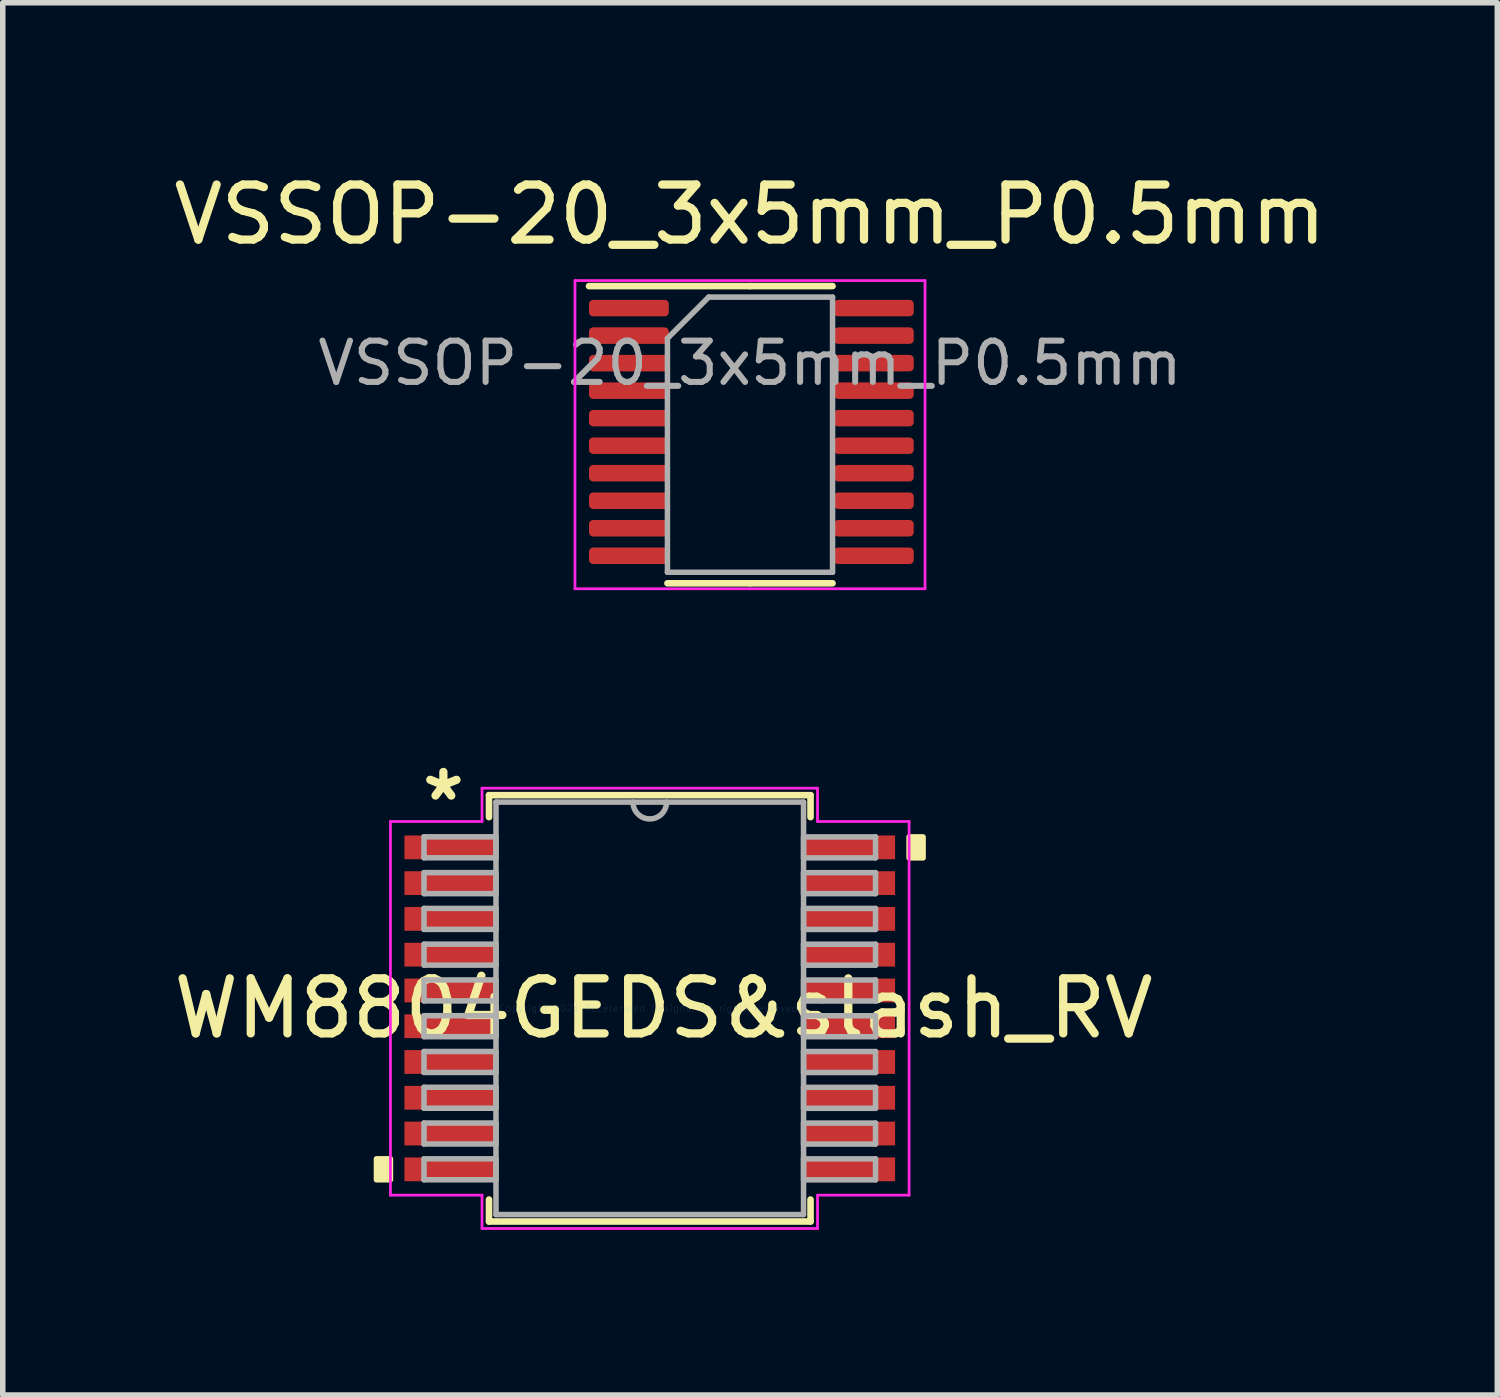
<source format=kicad_pcb>
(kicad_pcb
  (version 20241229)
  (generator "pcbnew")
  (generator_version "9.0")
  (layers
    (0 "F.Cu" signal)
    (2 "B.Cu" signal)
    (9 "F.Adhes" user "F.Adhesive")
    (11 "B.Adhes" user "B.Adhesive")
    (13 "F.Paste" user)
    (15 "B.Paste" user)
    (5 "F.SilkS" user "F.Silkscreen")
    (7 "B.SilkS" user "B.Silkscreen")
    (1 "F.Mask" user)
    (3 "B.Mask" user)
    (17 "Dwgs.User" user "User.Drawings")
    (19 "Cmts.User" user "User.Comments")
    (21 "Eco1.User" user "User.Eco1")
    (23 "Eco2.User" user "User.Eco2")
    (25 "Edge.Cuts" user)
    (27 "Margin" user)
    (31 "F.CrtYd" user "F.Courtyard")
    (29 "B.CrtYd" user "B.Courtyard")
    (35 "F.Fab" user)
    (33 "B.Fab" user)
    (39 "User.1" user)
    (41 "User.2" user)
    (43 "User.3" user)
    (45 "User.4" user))
  (footprint "VSSOP-20_3x5mm_P0.5mm"
    (layer "F.Cu")
    (at 10.577 3.548)
    (property "Reference" "VSSOP-20_3x5mm_P0.5mm" (at 0 -2.7 0) (layer "F.SilkS") (effects (font (size 1 1) (thickness 0.15))))
    (attr smd)
    (fp_line (start 0 -1.4) (end -2.925 -1.4) (stroke (width 0.12) (type solid)) (layer "F.SilkS"))
    (fp_line (start 0 -1.4) (end 1.5 -1.4) (stroke (width 0.12) (type solid)) (layer "F.SilkS"))
    (fp_line (start 0 4) (end -1.5 4) (stroke (width 0.12) (type solid)) (layer "F.SilkS"))
    (fp_line (start 0 4) (end 1.5 4) (stroke (width 0.12) (type solid)) (layer "F.SilkS"))
    (fp_line (start -3.18 -1.5) (end -3.18 4.1) (stroke (width 0.05) (type solid)) (layer "F.CrtYd"))
    (fp_line (start -3.18 4.1) (end 3.18 4.1) (stroke (width 0.05) (type solid)) (layer "F.CrtYd"))
    (fp_line (start 3.18 -1.5) (end -3.18 -1.5) (stroke (width 0.05) (type solid)) (layer "F.CrtYd"))
    (fp_line (start 3.18 4.1) (end 3.18 -1.5) (stroke (width 0.05) (type solid)) (layer "F.CrtYd"))
    (fp_line (start -1.5 -0.45) (end -0.75 -1.2) (stroke (width 0.1) (type solid)) (layer "F.Fab"))
    (fp_line (start -1.5 3.8) (end -1.5 -0.45) (stroke (width 0.1) (type solid)) (layer "F.Fab"))
    (fp_line (start -0.75 -1.2) (end 1.5 -1.2) (stroke (width 0.1) (type solid)) (layer "F.Fab"))
    (fp_line (start 1.5 -1.2) (end 1.5 3.8) (stroke (width 0.1) (type solid)) (layer "F.Fab"))
    (fp_line (start 1.5 3.8) (end -1.5 3.8) (stroke (width 0.1) (type solid)) (layer "F.Fab"))
    (fp_text user "${REFERENCE}" (at 0 0 0) (layer "F.Fab") (effects (font (size 0.75 0.75) (thickness 0.11))))
    (pad "1" smd roundrect (at -2.2 -1) (size 1.45 0.3) (layers "F.Cu" "F.Mask" "F.Paste") (roundrect_rratio 0.25))
    (pad "2" smd roundrect (at -2.2 -0.5) (size 1.45 0.3) (layers "F.Cu" "F.Mask" "F.Paste") (roundrect_rratio 0.25))
    (pad "3" smd roundrect (at -2.2 0) (size 1.45 0.3) (layers "F.Cu" "F.Mask" "F.Paste") (roundrect_rratio 0.25))
    (pad "4" smd roundrect (at -2.2 0.5) (size 1.45 0.3) (layers "F.Cu" "F.Mask" "F.Paste") (roundrect_rratio 0.25))
    (pad "5" smd roundrect (at -2.2 1) (size 1.45 0.3) (layers "F.Cu" "F.Mask" "F.Paste") (roundrect_rratio 0.25))
    (pad "6" smd roundrect (at -2.2 1.5) (size 1.45 0.3) (layers "F.Cu" "F.Mask" "F.Paste") (roundrect_rratio 0.25))
    (pad "7" smd roundrect (at -2.2 2) (size 1.45 0.3) (layers "F.Cu" "F.Mask" "F.Paste") (roundrect_rratio 0.25))
    (pad "8" smd roundrect (at -2.2 2.5) (size 1.45 0.3) (layers "F.Cu" "F.Mask" "F.Paste") (roundrect_rratio 0.25))
    (pad "9" smd roundrect (at -2.2 3) (size 1.45 0.3) (layers "F.Cu" "F.Mask" "F.Paste") (roundrect_rratio 0.25))
    (pad "10" smd roundrect (at -2.2 3.5) (size 1.45 0.3) (layers "F.Cu" "F.Mask" "F.Paste") (roundrect_rratio 0.25))
    (pad "11" smd roundrect (at 2.25 3.5) (size 1.45 0.3) (layers "F.Cu" "F.Mask" "F.Paste") (roundrect_rratio 0.25))
    (pad "12" smd roundrect (at 2.25 3) (size 1.45 0.3) (layers "F.Cu" "F.Mask" "F.Paste") (roundrect_rratio 0.25))
    (pad "13" smd roundrect (at 2.25 2.5) (size 1.45 0.3) (layers "F.Cu" "F.Mask" "F.Paste") (roundrect_rratio 0.25))
    (pad "14" smd roundrect (at 2.25 2) (size 1.45 0.3) (layers "F.Cu" "F.Mask" "F.Paste") (roundrect_rratio 0.25))
    (pad "15" smd roundrect (at 2.25 1.5) (size 1.45 0.3) (layers "F.Cu" "F.Mask" "F.Paste") (roundrect_rratio 0.25))
    (pad "16" smd roundrect (at 2.25 1) (size 1.45 0.3) (layers "F.Cu" "F.Mask" "F.Paste") (roundrect_rratio 0.25))
    (pad "17" smd roundrect (at 2.25 0.5) (size 1.45 0.3) (layers "F.Cu" "F.Mask" "F.Paste") (roundrect_rratio 0.25))
    (pad "18" smd roundrect (at 2.25 0) (size 1.45 0.3) (layers "F.Cu" "F.Mask" "F.Paste") (roundrect_rratio 0.25))
    (pad "19" smd roundrect (at 2.25 -0.5) (size 1.45 0.3) (layers "F.Cu" "F.Mask" "F.Paste") (roundrect_rratio 0.25))
    (pad "20" smd roundrect (at 2.25 -1) (size 1.45 0.3) (layers "F.Cu" "F.Mask" "F.Paste") (roundrect_rratio 0.25)))
  (footprint "WM8804GEDS&slash_RV"
    (layer "F.Cu")
    (at 8.756 15.271)
    (property "Reference" "WM8804GEDS&slash_RV" (at 0.25 0 0) (layer "F.SilkS") (effects (font (size 1 1) (thickness 0.15))))
    (attr through_hole)
    (fp_line (start -2.921 -3.873) (end -2.921 -3.474) (stroke (width 0.12) (type solid)) (layer "F.SilkS"))
    (fp_line (start -2.921 3.474) (end -2.921 3.873) (stroke (width 0.12) (type solid)) (layer "F.SilkS"))
    (fp_line (start -2.921 3.873) (end 2.921 3.873) (stroke (width 0.12) (type solid)) (layer "F.SilkS"))
    (fp_line (start 2.921 -3.873) (end -2.921 -3.873) (stroke (width 0.12) (type solid)) (layer "F.SilkS"))
    (fp_line (start 2.921 -3.474) (end 2.921 -3.873) (stroke (width 0.12) (type solid)) (layer "F.SilkS"))
    (fp_line (start 2.921 3.873) (end 2.921 3.474) (stroke (width 0.12) (type solid)) (layer "F.SilkS"))
    (fp_poly (pts (xy -4.966 2.734) (xy -4.966 3.115) (xy -4.712 3.115) (xy -4.712 2.734)) (stroke (width 0.1) (type solid)) (fill yes) (layer "F.SilkS"))
    (fp_poly (pts (xy 4.966 -3.115) (xy 4.966 -2.734) (xy 4.712 -2.734) (xy 4.712 -3.115)) (stroke (width 0.1) (type solid)) (fill yes) (layer "F.SilkS"))
    (fp_line (start -4.712 -3.395) (end -3.048 -3.395) (stroke (width 0.05) (type solid)) (layer "F.CrtYd"))
    (fp_line (start -4.712 3.395) (end -4.712 -3.395) (stroke (width 0.05) (type solid)) (layer "F.CrtYd"))
    (fp_line (start -4.712 3.395) (end -3.048 3.395) (stroke (width 0.05) (type solid)) (layer "F.CrtYd"))
    (fp_line (start -3.048 -4) (end 3.048 -4) (stroke (width 0.05) (type solid)) (layer "F.CrtYd"))
    (fp_line (start -3.048 -3.395) (end -3.048 -4) (stroke (width 0.05) (type solid)) (layer "F.CrtYd"))
    (fp_line (start -3.048 4) (end -3.048 3.395) (stroke (width 0.05) (type solid)) (layer "F.CrtYd"))
    (fp_line (start 3.048 -4) (end 3.048 -3.395) (stroke (width 0.05) (type solid)) (layer "F.CrtYd"))
    (fp_line (start 3.048 -3.395) (end 4.712 -3.395) (stroke (width 0.05) (type solid)) (layer "F.CrtYd"))
    (fp_line (start 3.048 3.395) (end 3.048 4) (stroke (width 0.05) (type solid)) (layer "F.CrtYd"))
    (fp_line (start 3.048 4) (end -3.048 4) (stroke (width 0.05) (type solid)) (layer "F.CrtYd"))
    (fp_line (start 4.712 -3.395) (end 4.712 3.395) (stroke (width 0.05) (type solid)) (layer "F.CrtYd"))
    (fp_line (start 4.712 3.395) (end 3.048 3.395) (stroke (width 0.05) (type solid)) (layer "F.CrtYd"))
    (fp_line (start -4.102 -3.116) (end -4.102 -2.735) (stroke (width 0.1) (type solid)) (layer "F.Fab"))
    (fp_line (start -4.102 -2.735) (end -2.794 -2.735) (stroke (width 0.1) (type solid)) (layer "F.Fab"))
    (fp_line (start -4.102 -2.466) (end -4.102 -2.084) (stroke (width 0.1) (type solid)) (layer "F.Fab"))
    (fp_line (start -4.102 -2.084) (end -2.794 -2.084) (stroke (width 0.1) (type solid)) (layer "F.Fab"))
    (fp_line (start -4.102 -1.816) (end -4.102 -1.435) (stroke (width 0.1) (type solid)) (layer "F.Fab"))
    (fp_line (start -4.102 -1.435) (end -2.794 -1.435) (stroke (width 0.1) (type solid)) (layer "F.Fab"))
    (fp_line (start -4.102 -1.166) (end -4.102 -0.785) (stroke (width 0.1) (type solid)) (layer "F.Fab"))
    (fp_line (start -4.102 -0.785) (end -2.794 -0.785) (stroke (width 0.1) (type solid)) (layer "F.Fab"))
    (fp_line (start -4.102 -0.516) (end -4.102 -0.135) (stroke (width 0.1) (type solid)) (layer "F.Fab"))
    (fp_line (start -4.102 -0.135) (end -2.794 -0.135) (stroke (width 0.1) (type solid)) (layer "F.Fab"))
    (fp_line (start -4.102 0.134) (end -4.102 0.515) (stroke (width 0.1) (type solid)) (layer "F.Fab"))
    (fp_line (start -4.102 0.515) (end -2.794 0.515) (stroke (width 0.1) (type solid)) (layer "F.Fab"))
    (fp_line (start -4.102 0.784) (end -4.102 1.165) (stroke (width 0.1) (type solid)) (layer "F.Fab"))
    (fp_line (start -4.102 1.165) (end -2.794 1.165) (stroke (width 0.1) (type solid)) (layer "F.Fab"))
    (fp_line (start -4.102 1.434) (end -4.102 1.815) (stroke (width 0.1) (type solid)) (layer "F.Fab"))
    (fp_line (start -4.102 1.815) (end -2.794 1.815) (stroke (width 0.1) (type solid)) (layer "F.Fab"))
    (fp_line (start -4.102 2.084) (end -4.102 2.465) (stroke (width 0.1) (type solid)) (layer "F.Fab"))
    (fp_line (start -4.102 2.465) (end -2.794 2.465) (stroke (width 0.1) (type solid)) (layer "F.Fab"))
    (fp_line (start -4.102 2.734) (end -4.102 3.115) (stroke (width 0.1) (type solid)) (layer "F.Fab"))
    (fp_line (start -4.102 3.115) (end -2.794 3.115) (stroke (width 0.1) (type solid)) (layer "F.Fab"))
    (fp_line (start -2.794 -3.747) (end -2.794 3.747) (stroke (width 0.1) (type solid)) (layer "F.Fab"))
    (fp_line (start -2.794 -3.116) (end -4.102 -3.116) (stroke (width 0.1) (type solid)) (layer "F.Fab"))
    (fp_line (start -2.794 -2.735) (end -2.794 -3.116) (stroke (width 0.1) (type solid)) (layer "F.Fab"))
    (fp_line (start -2.794 -2.466) (end -4.102 -2.466) (stroke (width 0.1) (type solid)) (layer "F.Fab"))
    (fp_line (start -2.794 -2.084) (end -2.794 -2.466) (stroke (width 0.1) (type solid)) (layer "F.Fab"))
    (fp_line (start -2.794 -1.816) (end -4.102 -1.816) (stroke (width 0.1) (type solid)) (layer "F.Fab"))
    (fp_line (start -2.794 -1.435) (end -2.794 -1.816) (stroke (width 0.1) (type solid)) (layer "F.Fab"))
    (fp_line (start -2.794 -1.166) (end -4.102 -1.166) (stroke (width 0.1) (type solid)) (layer "F.Fab"))
    (fp_line (start -2.794 -0.785) (end -2.794 -1.166) (stroke (width 0.1) (type solid)) (layer "F.Fab"))
    (fp_line (start -2.794 -0.516) (end -4.102 -0.516) (stroke (width 0.1) (type solid)) (layer "F.Fab"))
    (fp_line (start -2.794 -0.135) (end -2.794 -0.516) (stroke (width 0.1) (type solid)) (layer "F.Fab"))
    (fp_line (start -2.794 0.134) (end -4.102 0.134) (stroke (width 0.1) (type solid)) (layer "F.Fab"))
    (fp_line (start -2.794 0.515) (end -2.794 0.134) (stroke (width 0.1) (type solid)) (layer "F.Fab"))
    (fp_line (start -2.794 0.784) (end -4.102 0.784) (stroke (width 0.1) (type solid)) (layer "F.Fab"))
    (fp_line (start -2.794 1.165) (end -2.794 0.784) (stroke (width 0.1) (type solid)) (layer "F.Fab"))
    (fp_line (start -2.794 1.434) (end -4.102 1.434) (stroke (width 0.1) (type solid)) (layer "F.Fab"))
    (fp_line (start -2.794 1.815) (end -2.794 1.434) (stroke (width 0.1) (type solid)) (layer "F.Fab"))
    (fp_line (start -2.794 2.084) (end -4.102 2.084) (stroke (width 0.1) (type solid)) (layer "F.Fab"))
    (fp_line (start -2.794 2.465) (end -2.794 2.084) (stroke (width 0.1) (type solid)) (layer "F.Fab"))
    (fp_line (start -2.794 2.734) (end -4.102 2.734) (stroke (width 0.1) (type solid)) (layer "F.Fab"))
    (fp_line (start -2.794 3.115) (end -2.794 2.734) (stroke (width 0.1) (type solid)) (layer "F.Fab"))
    (fp_line (start -2.794 3.747) (end 2.794 3.747) (stroke (width 0.1) (type solid)) (layer "F.Fab"))
    (fp_line (start 2.794 -3.747) (end -2.794 -3.747) (stroke (width 0.1) (type solid)) (layer "F.Fab"))
    (fp_line (start 2.794 -3.115) (end 2.794 -2.734) (stroke (width 0.1) (type solid)) (layer "F.Fab"))
    (fp_line (start 2.794 -2.734) (end 4.102 -2.734) (stroke (width 0.1) (type solid)) (layer "F.Fab"))
    (fp_line (start 2.794 -2.465) (end 2.794 -2.084) (stroke (width 0.1) (type solid)) (layer "F.Fab"))
    (fp_line (start 2.794 -2.084) (end 4.102 -2.084) (stroke (width 0.1) (type solid)) (layer "F.Fab"))
    (fp_line (start 2.794 -1.815) (end 2.794 -1.434) (stroke (width 0.1) (type solid)) (layer "F.Fab"))
    (fp_line (start 2.794 -1.434) (end 4.102 -1.434) (stroke (width 0.1) (type solid)) (layer "F.Fab"))
    (fp_line (start 2.794 -1.165) (end 2.794 -0.784) (stroke (width 0.1) (type solid)) (layer "F.Fab"))
    (fp_line (start 2.794 -0.784) (end 4.102 -0.784) (stroke (width 0.1) (type solid)) (layer "F.Fab"))
    (fp_line (start 2.794 -0.515) (end 2.794 -0.134) (stroke (width 0.1) (type solid)) (layer "F.Fab"))
    (fp_line (start 2.794 -0.134) (end 4.102 -0.134) (stroke (width 0.1) (type solid)) (layer "F.Fab"))
    (fp_line (start 2.794 0.135) (end 2.794 0.516) (stroke (width 0.1) (type solid)) (layer "F.Fab"))
    (fp_line (start 2.794 0.516) (end 4.102 0.516) (stroke (width 0.1) (type solid)) (layer "F.Fab"))
    (fp_line (start 2.794 0.785) (end 2.794 1.166) (stroke (width 0.1) (type solid)) (layer "F.Fab"))
    (fp_line (start 2.794 1.166) (end 4.102 1.166) (stroke (width 0.1) (type solid)) (layer "F.Fab"))
    (fp_line (start 2.794 1.435) (end 2.794 1.816) (stroke (width 0.1) (type solid)) (layer "F.Fab"))
    (fp_line (start 2.794 1.816) (end 4.102 1.816) (stroke (width 0.1) (type solid)) (layer "F.Fab"))
    (fp_line (start 2.794 2.085) (end 2.794 2.466) (stroke (width 0.1) (type solid)) (layer "F.Fab"))
    (fp_line (start 2.794 2.466) (end 4.102 2.466) (stroke (width 0.1) (type solid)) (layer "F.Fab"))
    (fp_line (start 2.794 2.735) (end 2.794 3.116) (stroke (width 0.1) (type solid)) (layer "F.Fab"))
    (fp_line (start 2.794 3.116) (end 4.102 3.116) (stroke (width 0.1) (type solid)) (layer "F.Fab"))
    (fp_line (start 2.794 3.747) (end 2.794 -3.747) (stroke (width 0.1) (type solid)) (layer "F.Fab"))
    (fp_line (start 4.102 -3.115) (end 2.794 -3.115) (stroke (width 0.1) (type solid)) (layer "F.Fab"))
    (fp_line (start 4.102 -2.734) (end 4.102 -3.115) (stroke (width 0.1) (type solid)) (layer "F.Fab"))
    (fp_line (start 4.102 -2.465) (end 2.794 -2.465) (stroke (width 0.1) (type solid)) (layer "F.Fab"))
    (fp_line (start 4.102 -2.084) (end 4.102 -2.465) (stroke (width 0.1) (type solid)) (layer "F.Fab"))
    (fp_line (start 4.102 -1.815) (end 2.794 -1.815) (stroke (width 0.1) (type solid)) (layer "F.Fab"))
    (fp_line (start 4.102 -1.434) (end 4.102 -1.815) (stroke (width 0.1) (type solid)) (layer "F.Fab"))
    (fp_line (start 4.102 -1.165) (end 2.794 -1.165) (stroke (width 0.1) (type solid)) (layer "F.Fab"))
    (fp_line (start 4.102 -0.784) (end 4.102 -1.165) (stroke (width 0.1) (type solid)) (layer "F.Fab"))
    (fp_line (start 4.102 -0.515) (end 2.794 -0.515) (stroke (width 0.1) (type solid)) (layer "F.Fab"))
    (fp_line (start 4.102 -0.134) (end 4.102 -0.515) (stroke (width 0.1) (type solid)) (layer "F.Fab"))
    (fp_line (start 4.102 0.135) (end 2.794 0.135) (stroke (width 0.1) (type solid)) (layer "F.Fab"))
    (fp_line (start 4.102 0.516) (end 4.102 0.135) (stroke (width 0.1) (type solid)) (layer "F.Fab"))
    (fp_line (start 4.102 0.785) (end 2.794 0.785) (stroke (width 0.1) (type solid)) (layer "F.Fab"))
    (fp_line (start 4.102 1.166) (end 4.102 0.785) (stroke (width 0.1) (type solid)) (layer "F.Fab"))
    (fp_line (start 4.102 1.435) (end 2.794 1.435) (stroke (width 0.1) (type solid)) (layer "F.Fab"))
    (fp_line (start 4.102 1.816) (end 4.102 1.435) (stroke (width 0.1) (type solid)) (layer "F.Fab"))
    (fp_line (start 4.102 2.085) (end 2.794 2.085) (stroke (width 0.1) (type solid)) (layer "F.Fab"))
    (fp_line (start 4.102 2.466) (end 4.102 2.085) (stroke (width 0.1) (type solid)) (layer "F.Fab"))
    (fp_line (start 4.102 2.735) (end 2.794 2.735) (stroke (width 0.1) (type solid)) (layer "F.Fab"))
    (fp_line (start 4.102 3.116) (end 4.102 2.735) (stroke (width 0.1) (type solid)) (layer "F.Fab"))
    (fp_arc (start 0.3048 -3.7465) (mid 0 -3.4417) (end -0.3048 -3.7465) (stroke (width 0.1) (type solid)) (layer "F.Fab"))
    (fp_text user "*" (at -3.75 -3.75 0) (layer "F.SilkS") (effects (font (size 1 1) (thickness 0.15))))
    (fp_text user "Copyright 2021 Accelerated Designs. All rights reserved." (at 0 0 0) (layer "Cmts.User") (effects (font (size 0.127 0.127) (thickness 0.002))))
    (pad "1" smd rect (at -3.632 -2.925) (size 1.651 0.432) (layers "F.Cu" "F.Mask" "F.Paste"))
    (pad "2" smd rect (at -3.632 -2.275) (size 1.651 0.432) (layers "F.Cu" "F.Mask" "F.Paste"))
    (pad "3" smd rect (at -3.632 -1.625) (size 1.651 0.432) (layers "F.Cu" "F.Mask" "F.Paste"))
    (pad "4" smd rect (at -3.632 -0.975) (size 1.651 0.432) (layers "F.Cu" "F.Mask" "F.Paste"))
    (pad "5" smd rect (at -3.632 -0.325) (size 1.651 0.432) (layers "F.Cu" "F.Mask" "F.Paste"))
    (pad "6" smd rect (at -3.632 0.325) (size 1.651 0.432) (layers "F.Cu" "F.Mask" "F.Paste"))
    (pad "7" smd rect (at -3.632 0.975) (size 1.651 0.432) (layers "F.Cu" "F.Mask" "F.Paste"))
    (pad "8" smd rect (at -3.632 1.625) (size 1.651 0.432) (layers "F.Cu" "F.Mask" "F.Paste"))
    (pad "9" smd rect (at -3.632 2.275) (size 1.651 0.432) (layers "F.Cu" "F.Mask" "F.Paste"))
    (pad "10" smd rect (at -3.632 2.925) (size 1.651 0.432) (layers "F.Cu" "F.Mask" "F.Paste"))
    (pad "11" smd rect (at 3.632 2.925) (size 1.651 0.432) (layers "F.Cu" "F.Mask" "F.Paste"))
    (pad "12" smd rect (at 3.632 2.275) (size 1.651 0.432) (layers "F.Cu" "F.Mask" "F.Paste"))
    (pad "13" smd rect (at 3.632 1.625) (size 1.651 0.432) (layers "F.Cu" "F.Mask" "F.Paste"))
    (pad "14" smd rect (at 3.632 0.975) (size 1.651 0.432) (layers "F.Cu" "F.Mask" "F.Paste"))
    (pad "15" smd rect (at 3.632 0.325) (size 1.651 0.432) (layers "F.Cu" "F.Mask" "F.Paste"))
    (pad "16" smd rect (at 3.632 -0.325) (size 1.651 0.432) (layers "F.Cu" "F.Mask" "F.Paste"))
    (pad "17" smd rect (at 3.632 -0.975) (size 1.651 0.432) (layers "F.Cu" "F.Mask" "F.Paste"))
    (pad "18" smd rect (at 3.632 -1.625) (size 1.651 0.432) (layers "F.Cu" "F.Mask" "F.Paste"))
    (pad "19" smd rect (at 3.632 -2.275) (size 1.651 0.432) (layers "F.Cu" "F.Mask" "F.Paste"))
    (pad "20" smd rect (at 3.632 -2.925) (size 1.651 0.432) (layers "F.Cu" "F.Mask" "F.Paste")))
  (gr_rect
    (start -3 -3)
    (end 24.155 22.297)
    (stroke (width 0.1) (type default))
    (fill no)
    (layer "Edge.Cuts")))
</source>
